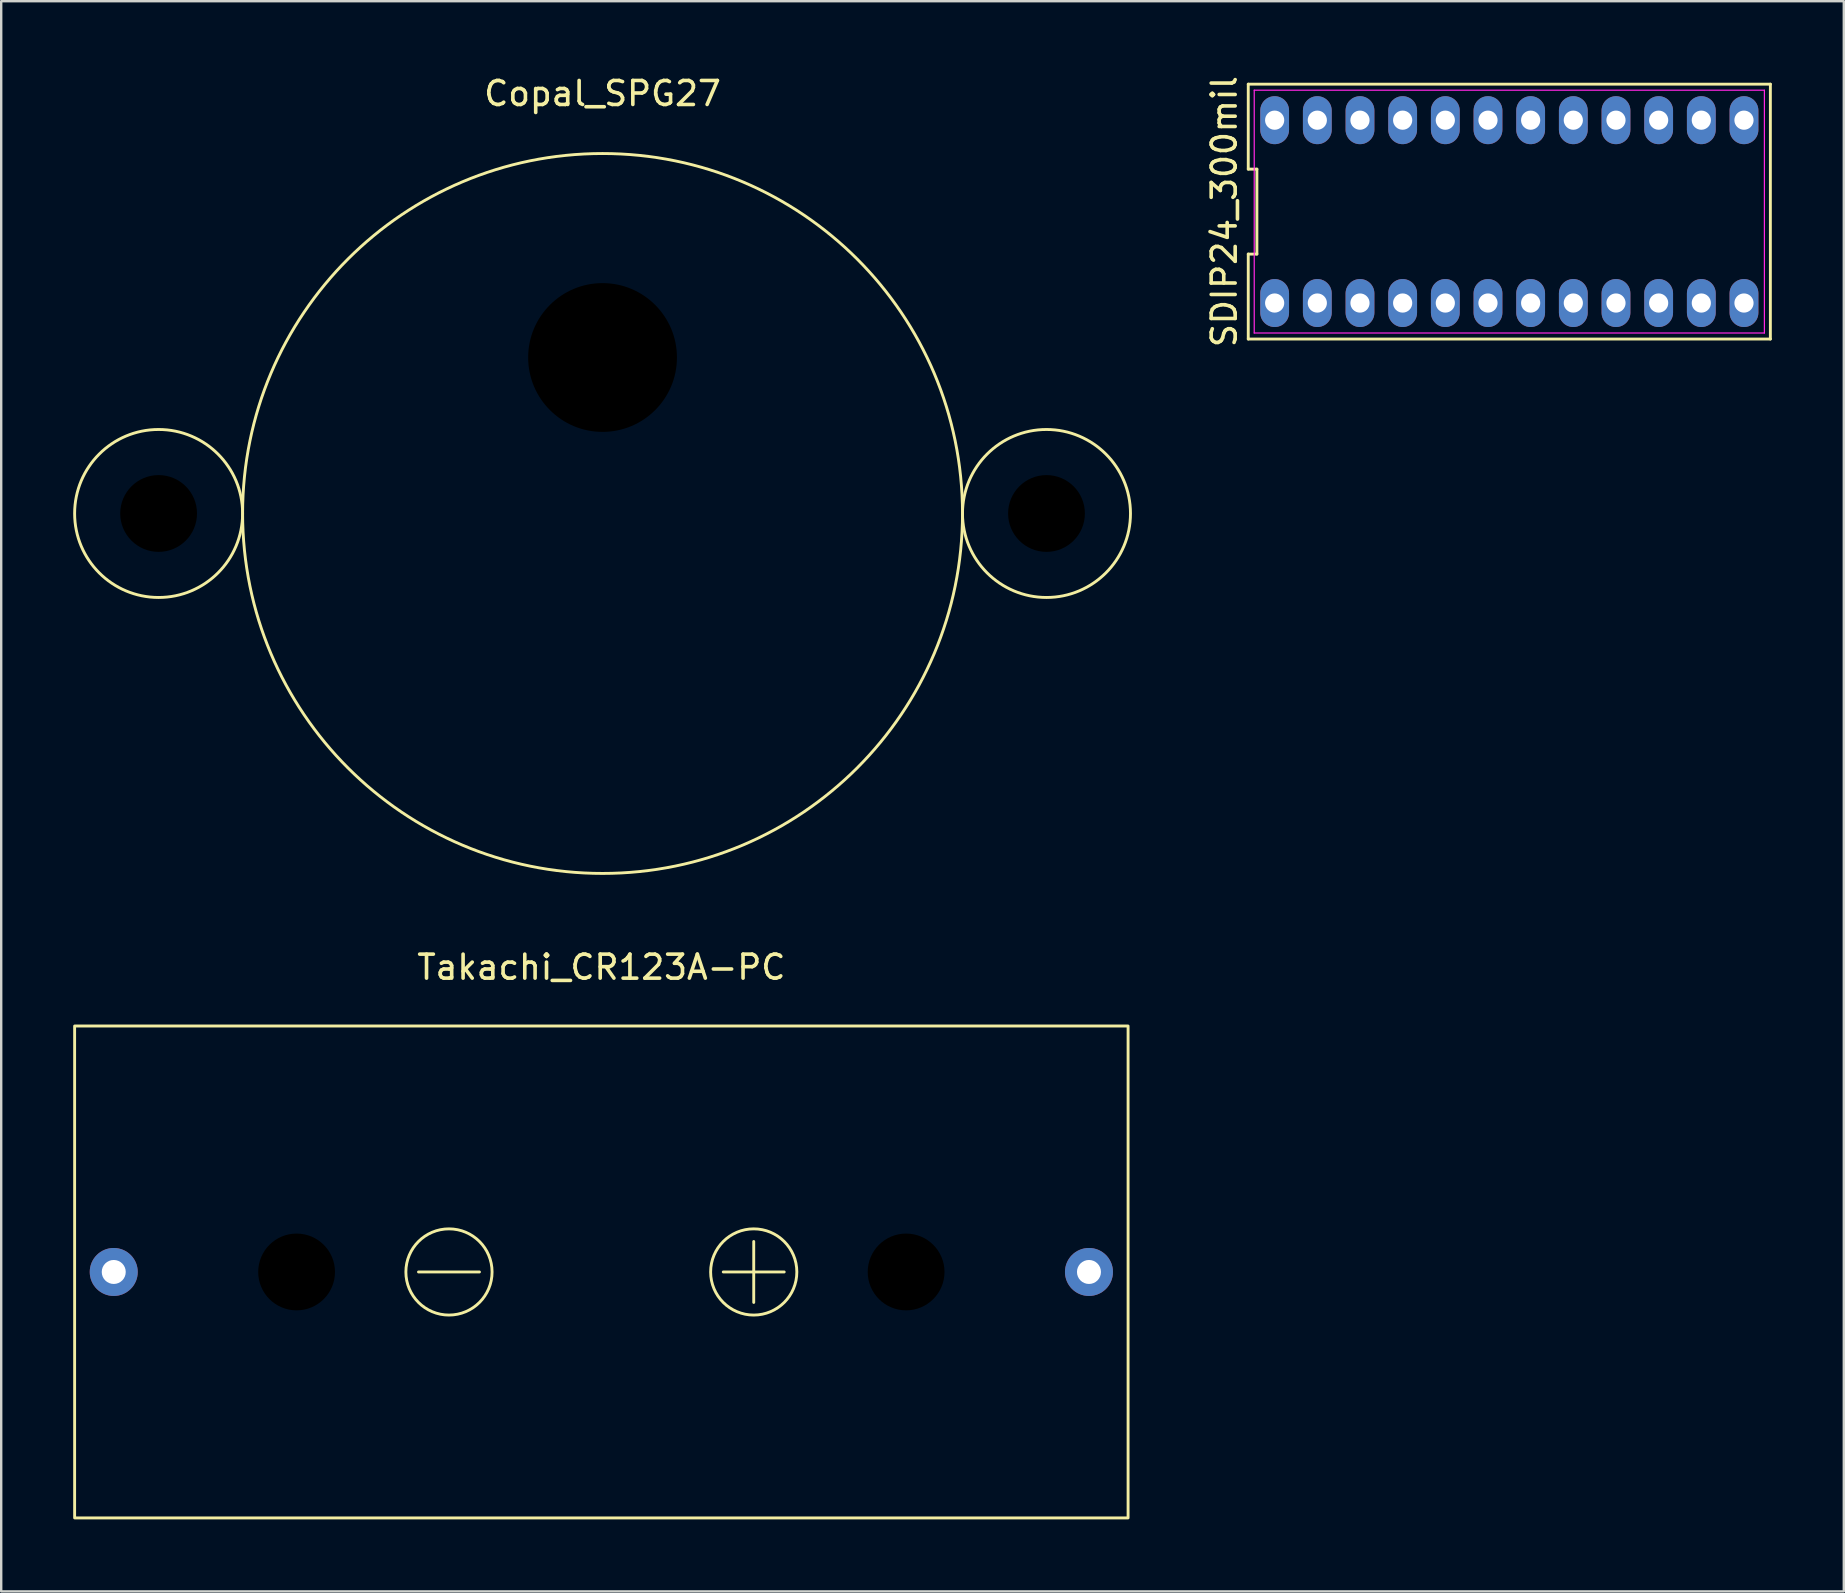
<source format=kicad_pcb>
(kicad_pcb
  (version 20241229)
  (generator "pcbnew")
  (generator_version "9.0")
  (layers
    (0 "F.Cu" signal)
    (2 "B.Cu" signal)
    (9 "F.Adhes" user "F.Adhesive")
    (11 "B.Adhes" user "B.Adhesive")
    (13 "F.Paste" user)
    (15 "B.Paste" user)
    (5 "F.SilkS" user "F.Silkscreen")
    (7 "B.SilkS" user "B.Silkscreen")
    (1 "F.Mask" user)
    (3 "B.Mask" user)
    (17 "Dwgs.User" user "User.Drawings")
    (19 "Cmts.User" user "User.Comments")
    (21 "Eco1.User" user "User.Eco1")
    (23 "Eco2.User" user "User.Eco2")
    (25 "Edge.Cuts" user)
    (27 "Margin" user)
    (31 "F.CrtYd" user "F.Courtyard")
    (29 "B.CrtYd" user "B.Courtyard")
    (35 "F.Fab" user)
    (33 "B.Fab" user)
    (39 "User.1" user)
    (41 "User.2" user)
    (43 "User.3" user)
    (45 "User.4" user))
  (footprint "SDIP24_300mil"
    (layer "F.Cu")
    (at 50.068 9.578)
    (property "Reference" "SDIP24_300mil" (at -2.1 -3.81 90) (layer "F.SilkS") (effects (font (size 1 1) (thickness 0.15))))
    (fp_line (start -1.1 -9.12) (end -1.1 -5.58) (stroke (width 0.12) (type solid)) (layer "F.SilkS"))
    (fp_line (start -1.1 -5.58) (end -0.74 -5.58) (stroke (width 0.12) (type solid)) (layer "F.SilkS"))
    (fp_line (start -1.1 -2.04) (end -1.1 1.5) (stroke (width 0.12) (type solid)) (layer "F.SilkS"))
    (fp_line (start -1.1 1.5) (end 20.658 1.5) (stroke (width 0.12) (type solid)) (layer "F.SilkS"))
    (fp_line (start -0.74 -5.58) (end -0.74 -2.04) (stroke (width 0.12) (type solid)) (layer "F.SilkS"))
    (fp_line (start -0.74 -2.04) (end -1.1 -2.04) (stroke (width 0.12) (type solid)) (layer "F.SilkS"))
    (fp_line (start 20.658 -9.12) (end -1.1 -9.12) (stroke (width 0.12) (type solid)) (layer "F.SilkS"))
    (fp_line (start 20.658 1.5) (end 20.658 -9.12) (stroke (width 0.12) (type solid)) (layer "F.SilkS"))
    (fp_line (start -0.851 -8.87) (end 20.409 -8.87) (stroke (width 0.05) (type solid)) (layer "F.CrtYd"))
    (fp_line (start -0.851 1.25) (end -0.851 -8.87) (stroke (width 0.05) (type solid)) (layer "F.CrtYd"))
    (fp_line (start 20.409 -8.87) (end 20.409 1.25) (stroke (width 0.05) (type solid)) (layer "F.CrtYd"))
    (fp_line (start 20.409 1.25) (end -0.851 1.25) (stroke (width 0.05) (type solid)) (layer "F.CrtYd"))
    (pad "1" thru_hole oval (at 0 0) (size 1.2 2) (drill 0.8) (layers "*.Cu" "*.Mask"))
    (pad "2" thru_hole oval (at 1.778 0) (size 1.2 2) (drill 0.8) (layers "*.Cu" "*.Mask"))
    (pad "3" thru_hole oval (at 3.556 0) (size 1.2 2) (drill 0.8) (layers "*.Cu" "*.Mask"))
    (pad "4" thru_hole oval (at 5.334 0) (size 1.2 2) (drill 0.8) (layers "*.Cu" "*.Mask"))
    (pad "5" thru_hole oval (at 7.112 0) (size 1.2 2) (drill 0.8) (layers "*.Cu" "*.Mask"))
    (pad "6" thru_hole oval (at 8.89 0) (size 1.2 2) (drill 0.8) (layers "*.Cu" "*.Mask"))
    (pad "7" thru_hole oval (at 10.668 0) (size 1.2 2) (drill 0.8) (layers "*.Cu" "*.Mask"))
    (pad "8" thru_hole oval (at 12.446 0) (size 1.2 2) (drill 0.8) (layers "*.Cu" "*.Mask"))
    (pad "9" thru_hole oval (at 14.224 0) (size 1.2 2) (drill 0.8) (layers "*.Cu" "*.Mask"))
    (pad "10" thru_hole oval (at 16.002 0) (size 1.2 2) (drill 0.8) (layers "*.Cu" "*.Mask"))
    (pad "11" thru_hole oval (at 17.78 0) (size 1.2 2) (drill 0.8) (layers "*.Cu" "*.Mask"))
    (pad "12" thru_hole oval (at 19.558 0) (size 1.2 2) (drill 0.8) (layers "*.Cu" "*.Mask"))
    (pad "13" thru_hole oval (at 19.558 -7.62) (size 1.2 2) (drill 0.8) (layers "*.Cu" "*.Mask"))
    (pad "14" thru_hole oval (at 17.78 -7.62) (size 1.2 2) (drill 0.8) (layers "*.Cu" "*.Mask"))
    (pad "15" thru_hole oval (at 16.002 -7.62) (size 1.2 2) (drill 0.8) (layers "*.Cu" "*.Mask"))
    (pad "16" thru_hole oval (at 14.224 -7.62) (size 1.2 2) (drill 0.8) (layers "*.Cu" "*.Mask"))
    (pad "17" thru_hole oval (at 12.446 -7.62) (size 1.2 2) (drill 0.8) (layers "*.Cu" "*.Mask"))
    (pad "18" thru_hole oval (at 10.668 -7.62) (size 1.2 2) (drill 0.8) (layers "*.Cu" "*.Mask"))
    (pad "19" thru_hole oval (at 8.89 -7.62) (size 1.2 2) (drill 0.8) (layers "*.Cu" "*.Mask"))
    (pad "20" thru_hole oval (at 7.112 -7.62) (size 1.2 2) (drill 0.8) (layers "*.Cu" "*.Mask"))
    (pad "21" thru_hole oval (at 5.334 -7.62) (size 1.2 2) (drill 0.8) (layers "*.Cu" "*.Mask"))
    (pad "22" thru_hole oval (at 3.556 -7.62) (size 1.2 2) (drill 0.8) (layers "*.Cu" "*.Mask"))
    (pad "23" thru_hole oval (at 1.778 -7.62) (size 1.2 2) (drill 0.8) (layers "*.Cu" "*.Mask"))
    (pad "24" thru_hole oval (at 0 -7.62) (size 1.2 2) (drill 0.8) (layers "*.Cu" "*.Mask")))
  (footprint "Takachi_CR123A-PC"
    (layer "F.Cu")
    (at 22.01 49.956)
    (property "Reference" "Takachi_CR123A-PC" (at 0 -12.7 0) (unlocked yes) (layer "F.SilkS") (effects (font (size 1 1) (thickness 0.15))))
    (attr through_hole)
    (fp_line (start -7.62 0) (end -5.08 0) (stroke (width 0.12) (type solid)) (layer "F.SilkS"))
    (fp_line (start 5.08 0) (end 7.62 0) (stroke (width 0.12) (type solid)) (layer "F.SilkS"))
    (fp_line (start 6.35 -1.27) (end 6.35 1.27) (stroke (width 0.12) (type solid)) (layer "F.SilkS"))
    (fp_rect (start -21.95 -10.25) (end 21.95 10.25) (stroke (width 0.12) (type solid)) (fill no) (layer "F.SilkS"))
    (fp_circle (center -6.35 0) (end -5.08 -1.27) (stroke (width 0.12) (type solid)) (fill no) (layer "F.SilkS"))
    (fp_circle (center 6.35 0) (end 7.62 -1.27) (stroke (width 0.12) (type solid)) (fill no) (layer "F.SilkS"))
    (pad "" np_thru_hole circle (at -12.7 0) (size 3.2 3.2) (drill 3.2) (layers "*.Mask"))
    (pad "" np_thru_hole circle (at 12.7 0) (size 3.2 3.2) (drill 3.2) (layers "*.Mask"))
    (pad "1" thru_hole circle (at 20.32 0) (size 2 2) (drill 1) (layers "*.Cu" "*.Mask"))
    (pad "2" thru_hole circle (at -20.32 0) (size 2 2) (drill 1) (layers "*.Cu" "*.Mask")))
  (footprint "Copal_SPG27"
    (layer "F.Cu")
    (at 22.06 18.348)
    (property "Reference" "Copal_SPG27" (at 0 -17.5 0) (unlocked yes) (layer "F.SilkS") (effects (font (size 1 1) (thickness 0.15))))
    (attr through_hole)
    (fp_circle (center -18.5 0) (end -15 0) (stroke (width 0.12) (type solid)) (fill no) (layer "F.SilkS"))
    (fp_circle (center 0 0) (end 15 0) (stroke (width 0.12) (type solid)) (fill no) (layer "F.SilkS"))
    (fp_circle (center 18.5 0) (end 22 0) (stroke (width 0.12) (type solid)) (fill no) (layer "F.SilkS"))
    (pad "" np_thru_hole circle (at -18.5 0) (size 3.2 3.2) (drill 3.2) (layers "*.Mask"))
    (pad "" np_thru_hole circle (at 0 -6.5) (size 6.2 6.2) (drill 6.2) (layers "*.Mask"))
    (pad "" np_thru_hole circle (at 18.5 0) (size 3.2 3.2) (drill 3.2) (layers "*.Mask")))
  (gr_rect
    (start -3 -3)
    (end 73.786 63.267)
    (stroke (width 0.1) (type default))
    (fill no)
    (layer "Edge.Cuts")))
</source>
